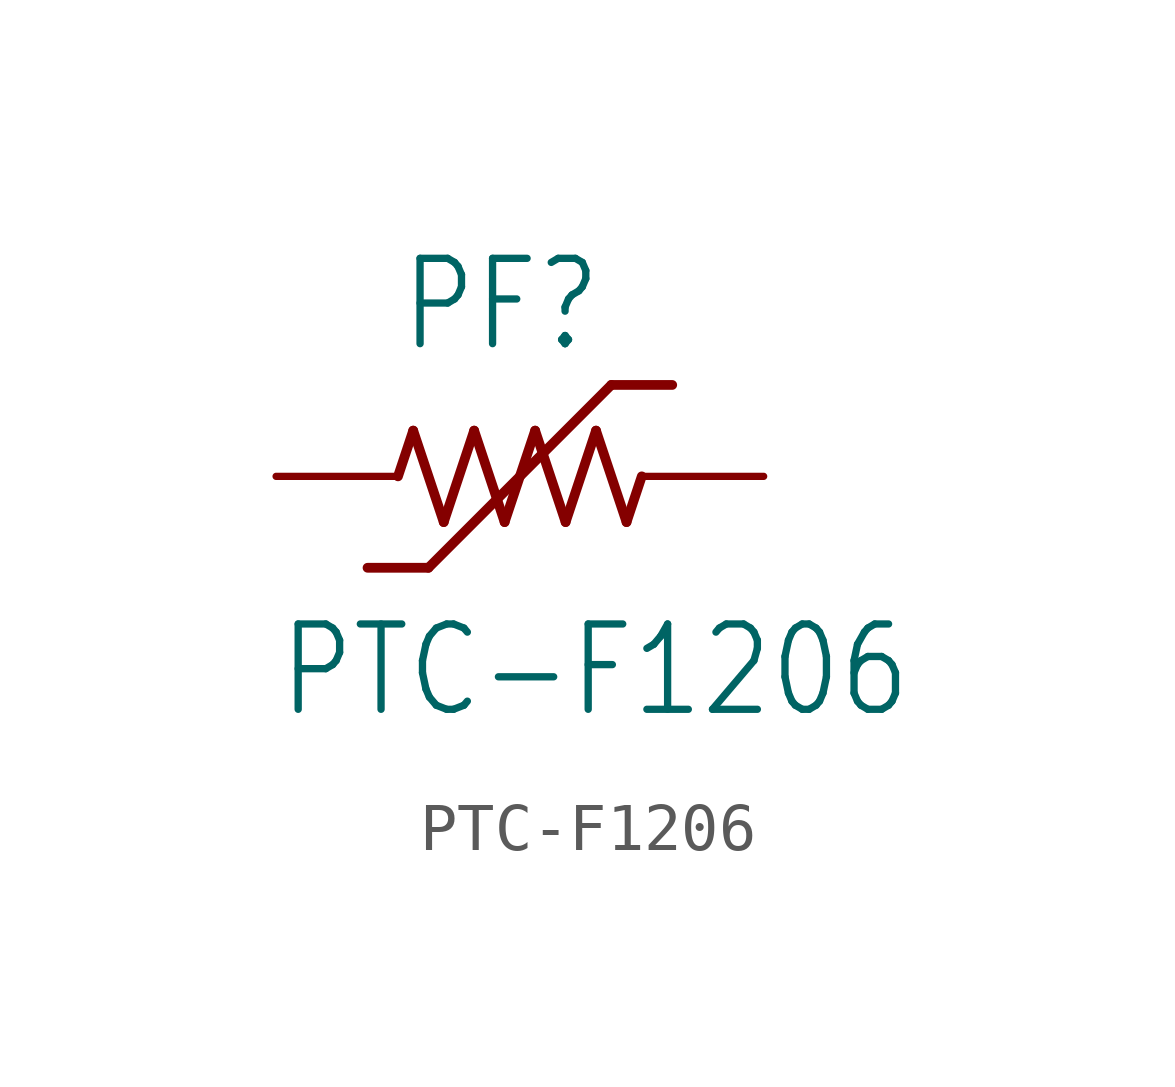
<source format=kicad_sym>
(kicad_symbol_lib
  (version 20211014)
  (generator kicad_symbol_editor)
  (symbol "PTC-F1206"
    (property "Reference" "PF"
      (at -2.54 2.54 0)
      (effects (font (size 1.778 1.511)) (justify left bottom)))
    (property "Value" "PTC-F1206"
      (at -5.08 -5.08 0)
      (effects (font (size 1.778 1.511)) (justify left bottom)))
    (property "ki_locked" ""
      (at 0 0 0)
      (effects (font (size 1.27 1.27))))
    (symbol "PTC-F1206_1_0"
      (polyline (pts (xy -2.54 0) (xy -2.223 0.953)) (stroke (width 0.203) (type default) (color 0 0 0 0)) (fill (type none)))
      (polyline (pts (xy -2.223 0.953) (xy -1.587 -0.953)) (stroke (width 0.203) (type default) (color 0 0 0 0)) (fill (type none)))
      (polyline (pts (xy -1.905 -1.905) (xy -3.175 -1.905)) (stroke (width 0.203) (type default) (color 0 0 0 0)) (fill (type none)))
      (polyline (pts (xy -1.587 -0.953) (xy -0.953 0.953)) (stroke (width 0.203) (type default) (color 0 0 0 0)) (fill (type none)))
      (polyline (pts (xy -0.953 0.953) (xy -0.318 -0.953)) (stroke (width 0.203) (type default) (color 0 0 0 0)) (fill (type none)))
      (polyline (pts (xy -0.318 -0.953) (xy 0.318 0.953)) (stroke (width 0.203) (type default) (color 0 0 0 0)) (fill (type none)))
      (polyline (pts (xy 0.318 0.953) (xy 0.953 -0.953)) (stroke (width 0.203) (type default) (color 0 0 0 0)) (fill (type none)))
      (polyline (pts (xy 0.953 -0.953) (xy 1.587 0.953)) (stroke (width 0.203) (type default) (color 0 0 0 0)) (fill (type none)))
      (polyline (pts (xy 1.587 0.953) (xy 2.223 -0.953)) (stroke (width 0.203) (type default) (color 0 0 0 0)) (fill (type none)))
      (polyline (pts (xy 1.905 1.905) (xy -1.905 -1.905)) (stroke (width 0.203) (type default) (color 0 0 0 0)) (fill (type none)))
      (polyline (pts (xy 2.223 -0.953) (xy 2.54 0)) (stroke (width 0.203) (type default) (color 0 0 0 0)) (fill (type none)))
      (polyline (pts (xy 3.175 1.905) (xy 1.905 1.905)) (stroke (width 0.203) (type default) (color 0 0 0 0)) (fill (type none)))
      (pin passive line (at -5.08 0 0) (length 2.54) (name "1" (effects (font (size 0 0)))) (number "1" (effects (font (size 0 0)))))
      (pin passive line (at 5.08 0 180) (length 2.54) (name "2" (effects (font (size 0 0)))) (number "2" (effects (font (size 0 0))))))))
</source>
